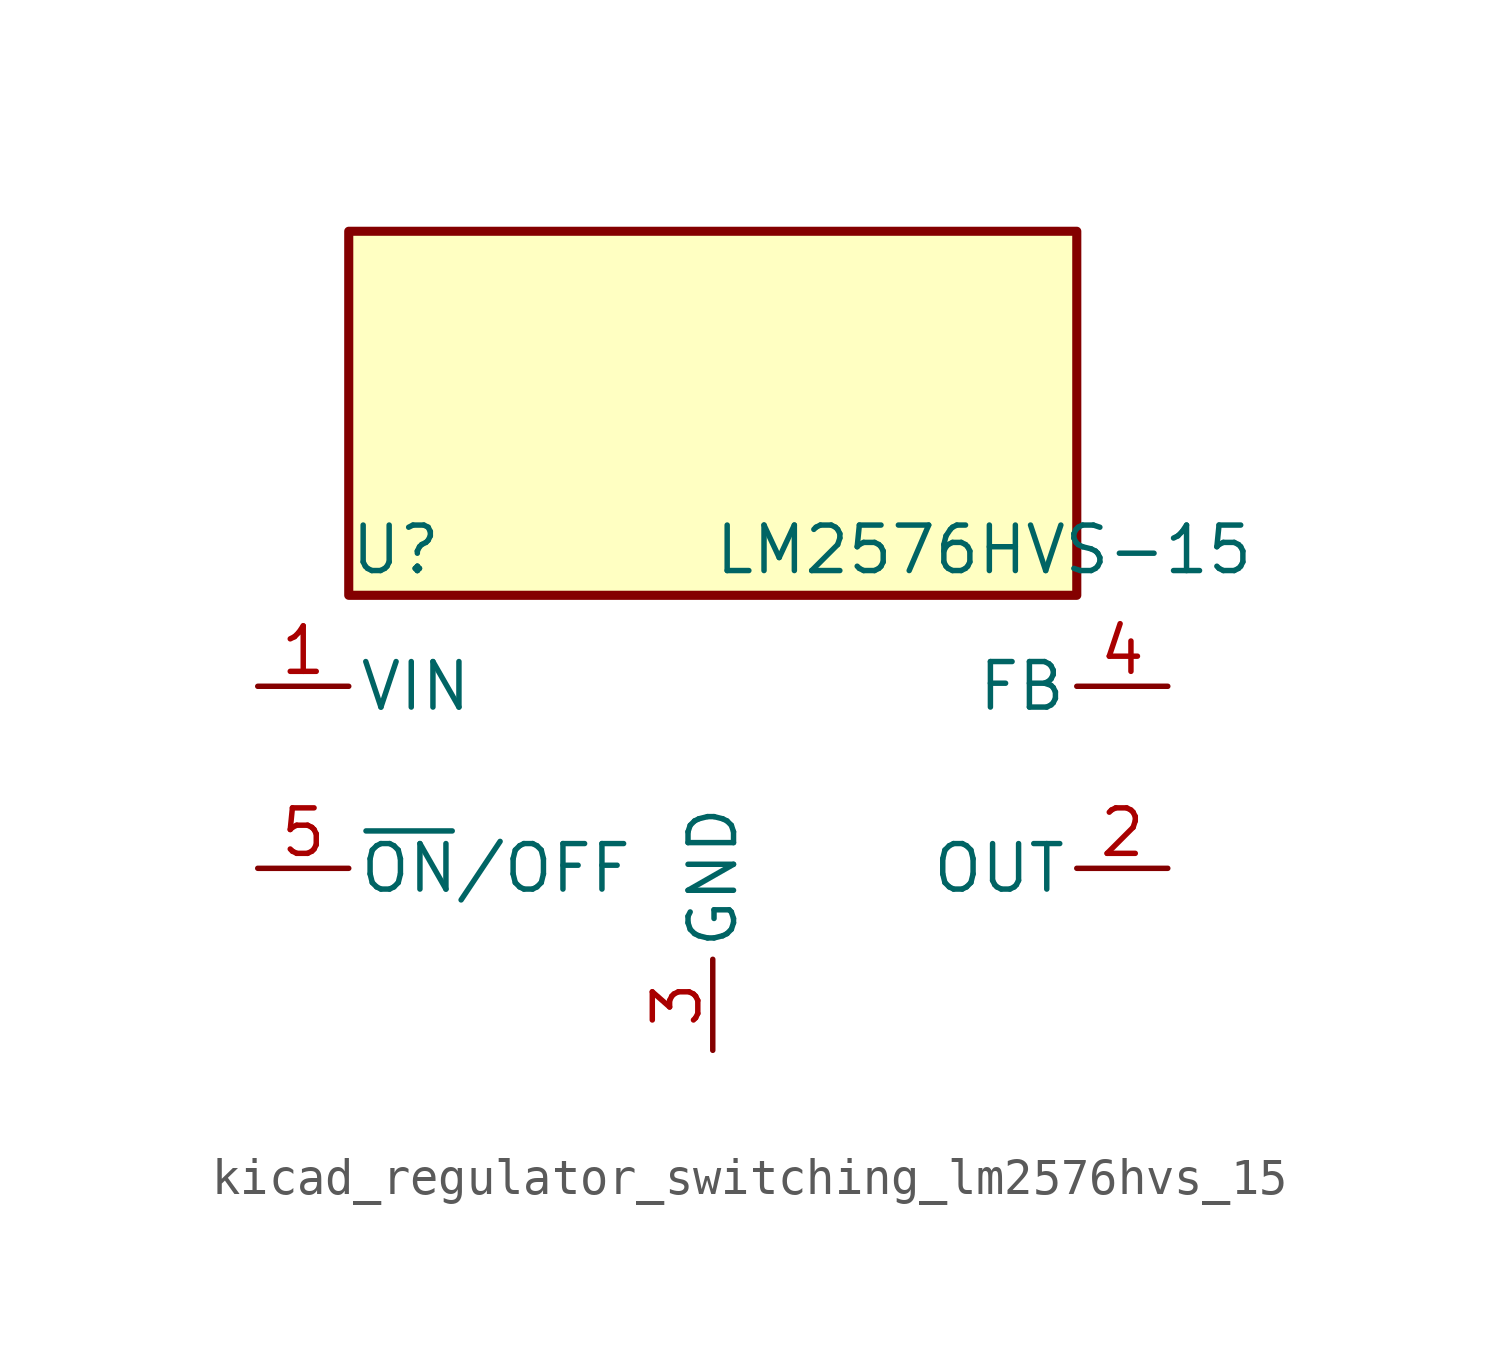
<source format=kicad_sym>
(kicad_symbol_lib
  (version 20220914)
  (generator kicad_symbol_editor)
  (symbol "kicad_regulator_switching_lm2576hvs_15"
    (pin_names
      (offset 0.254))
    (property "Reference" "U"
      (at -10.16 6.35 0)
      (effects (font (size 1.27 1.27)) (justify left)))
    (property "Value" "LM2576HVS-15"
      (at 0 6.35 0)
      (effects (font (size 1.27 1.27)) (justify left)))
    (symbol "kicad_regulator_switching_lm2576hvs_15_0_1"
      (rectangle (start 10.16 15.24) (end -10.16 5.08) (stroke (width 0.254) (type default)) (fill (type background))))
    (symbol "kicad_regulator_switching_lm2576hvs_15_1_1"
      (pin power_in line (at -12.7 2.54 0) (length 2.54) (name "VIN" (effects (font (size 1.27 1.27)))) (number "1" (effects (font (size 1.27 1.27)))))
      (pin output line (at 12.7 -2.54 180) (length 2.54) (name "OUT" (effects (font (size 1.27 1.27)))) (number "2" (effects (font (size 1.27 1.27)))))
      (pin power_in line (at 0 -7.62 90) (length 2.54) (name "GND" (effects (font (size 1.27 1.27)))) (number "3" (effects (font (size 1.27 1.27)))))
      (pin input line (at 12.7 2.54 180) (length 2.54) (name "FB" (effects (font (size 1.27 1.27)))) (number "4" (effects (font (size 1.27 1.27)))))
      (pin input line (at -12.7 -2.54 0) (length 2.54) (name "~{ON}/OFF" (effects (font (size 1.27 1.27)))) (number "5" (effects (font (size 1.27 1.27))))))))
</source>
